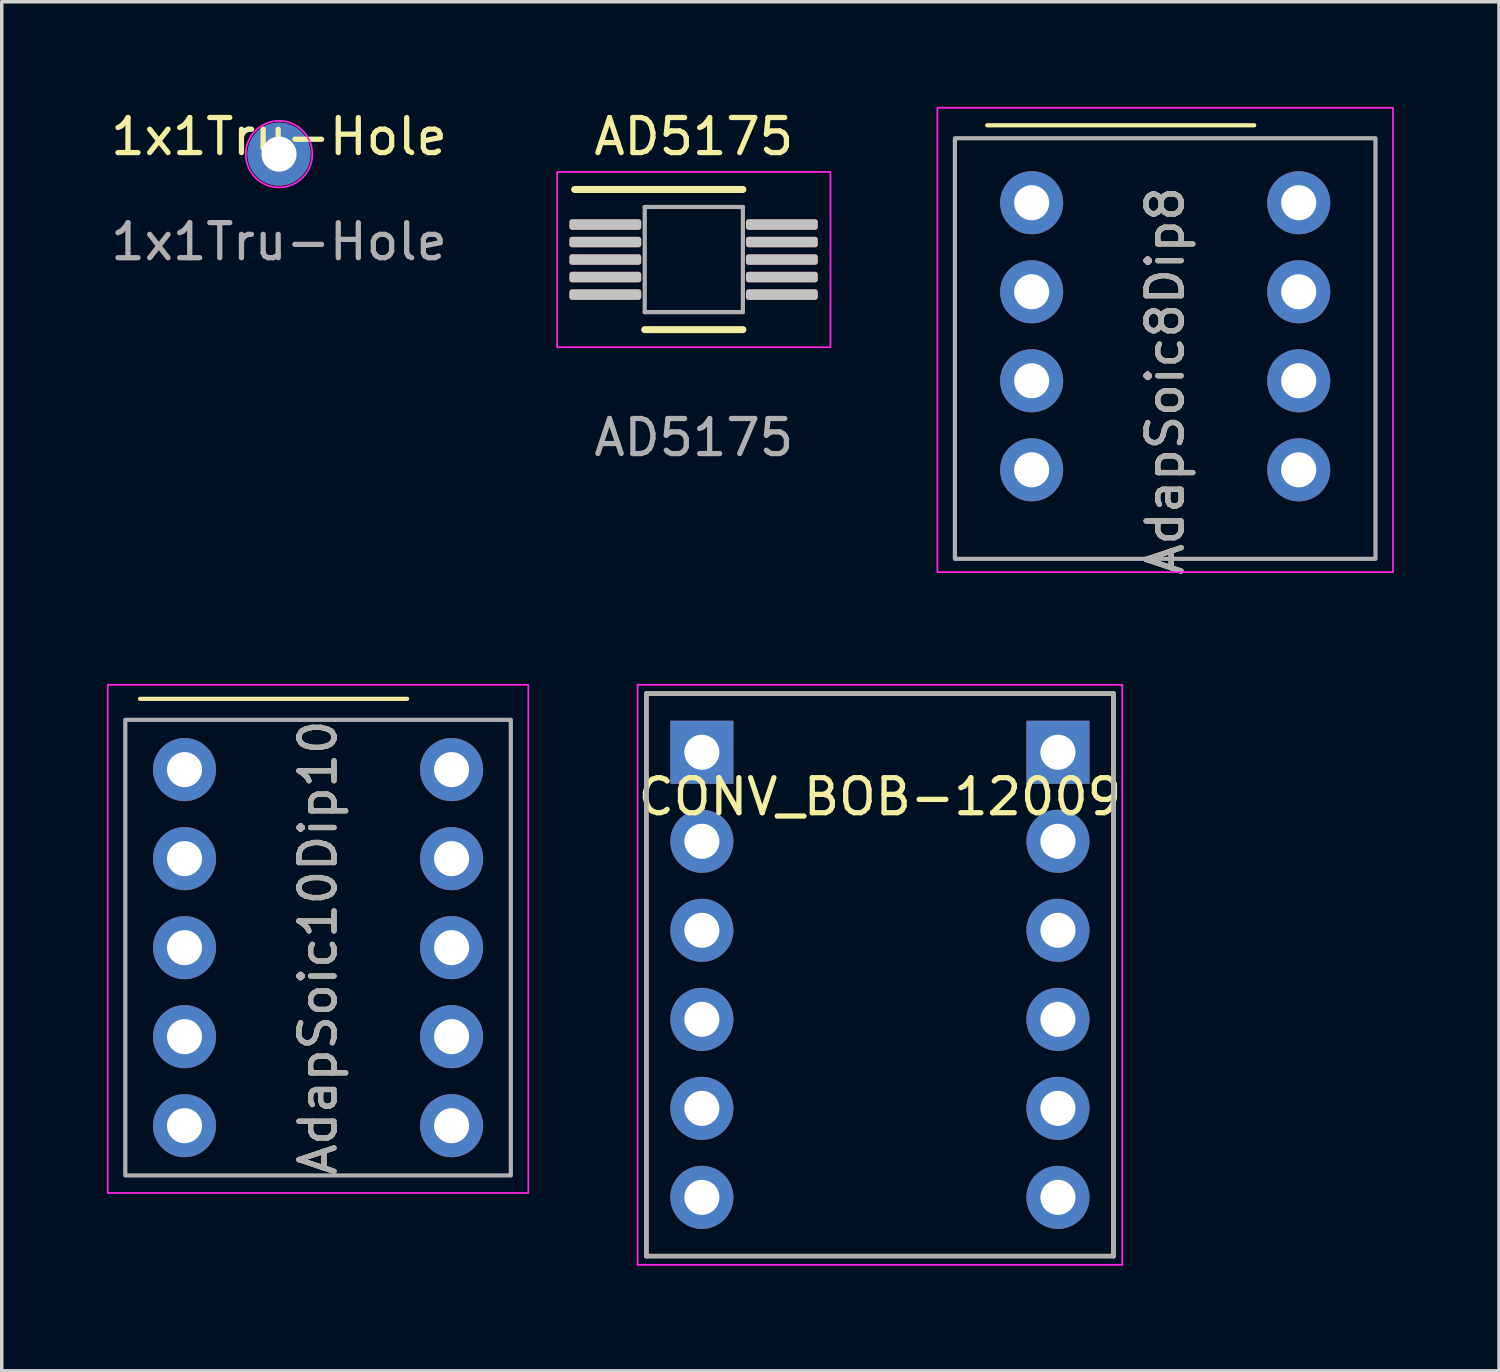
<source format=kicad_pcb>
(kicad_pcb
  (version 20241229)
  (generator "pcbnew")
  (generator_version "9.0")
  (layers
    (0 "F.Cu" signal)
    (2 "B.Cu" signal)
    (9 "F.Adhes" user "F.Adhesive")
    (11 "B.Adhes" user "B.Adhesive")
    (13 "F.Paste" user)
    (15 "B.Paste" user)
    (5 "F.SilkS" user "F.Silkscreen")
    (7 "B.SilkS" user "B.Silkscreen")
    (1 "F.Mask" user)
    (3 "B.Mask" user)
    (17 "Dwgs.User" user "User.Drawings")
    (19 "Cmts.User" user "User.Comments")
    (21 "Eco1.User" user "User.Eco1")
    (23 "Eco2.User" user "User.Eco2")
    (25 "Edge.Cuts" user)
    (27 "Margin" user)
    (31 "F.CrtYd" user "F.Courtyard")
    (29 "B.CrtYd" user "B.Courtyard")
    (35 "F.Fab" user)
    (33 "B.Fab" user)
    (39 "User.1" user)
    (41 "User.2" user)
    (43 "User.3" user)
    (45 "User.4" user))
  (footprint "AdapSoic8Dip8"
    (layer "F.Cu")
    (at 30.196 5.275)
    (property "Reference" "AdapSoic8Dip8" (at 0 2.54 90) (unlocked yes) (layer "F.SilkS") (effects (font (size 1 1) (thickness 0.15))))
    (attr through_hole)
    (fp_line (start 2.54 -4.75) (end -5.08 -4.75) (stroke (width 0.12) (type solid)) (layer "F.SilkS"))
    (fp_rect (start 6.5 8) (end -6.5 -5.25) (stroke (width 0.05) (type solid)) (fill no) (layer "F.CrtYd"))
    (fp_rect (start -6 -4.38) (end 6 7.62) (stroke (width 0.12) (type solid)) (fill no) (layer "F.Fab"))
    (fp_text user "${REFERENCE}" (at 0 2.54 90) (unlocked yes) (layer "F.Fab") (effects (font (size 1 1) (thickness 0.15))))
    (pad "1" thru_hole circle (at -3.81 -2.54) (size 1.8 1.8) (drill 1) (layers "*.Cu" "*.Mask"))
    (pad "2" thru_hole circle (at -3.81 0) (size 1.8 1.8) (drill 1) (layers "*.Cu" "*.Mask"))
    (pad "3" thru_hole circle (at -3.81 2.54) (size 1.8 1.8) (drill 1) (layers "*.Cu" "*.Mask"))
    (pad "4" thru_hole circle (at -3.81 5.08) (size 1.8 1.8) (drill 1) (layers "*.Cu" "*.Mask"))
    (pad "5" thru_hole circle (at 3.81 5.08) (size 1.8 1.8) (drill 1) (layers "*.Cu" "*.Mask"))
    (pad "6" thru_hole circle (at 3.81 2.54) (size 1.8 1.8) (drill 1) (layers "*.Cu" "*.Mask"))
    (pad "7" thru_hole circle (at 3.81 0) (size 1.8 1.8) (drill 1) (layers "*.Cu" "*.Mask"))
    (pad "8" thru_hole circle (at 3.81 -2.54) (size 1.8 1.8) (drill 1) (layers "*.Cu" "*.Mask")))
  (footprint "CONV_BOB-12009"
    (layer "F.Cu")
    (at 22.056 24.764)
    (property "Reference" "CONV_BOB-12009" (at 0 -5.08 0) (layer "F.SilkS") (effects (font (size 1 1) (thickness 0.15))))
    (attr through_hole)
    (fp_line (start -6.665 -8.025) (end 6.665 -8.025) (stroke (width 0.127) (type solid)) (layer "F.SilkS"))
    (fp_line (start -6.665 8.025) (end -6.665 -8.025) (stroke (width 0.127) (type solid)) (layer "F.SilkS"))
    (fp_line (start 6.665 -8.025) (end 6.665 8.025) (stroke (width 0.127) (type solid)) (layer "F.SilkS"))
    (fp_line (start 6.665 8.025) (end -6.665 8.025) (stroke (width 0.127) (type solid)) (layer "F.SilkS"))
    (fp_line (start -6.915 -8.275) (end -6.915 8.275) (stroke (width 0.05) (type solid)) (layer "F.CrtYd"))
    (fp_line (start -6.915 8.275) (end 6.915 8.275) (stroke (width 0.05) (type solid)) (layer "F.CrtYd"))
    (fp_line (start 6.915 -8.275) (end -6.915 -8.275) (stroke (width 0.05) (type solid)) (layer "F.CrtYd"))
    (fp_line (start 6.915 8.275) (end 6.915 -8.275) (stroke (width 0.05) (type solid)) (layer "F.CrtYd"))
    (fp_line (start -6.665 -8.025) (end 6.665 -8.025) (stroke (width 0.127) (type solid)) (layer "F.Fab"))
    (fp_line (start -6.665 8.025) (end -6.665 -8.025) (stroke (width 0.127) (type solid)) (layer "F.Fab"))
    (fp_line (start 6.665 -8.025) (end 6.665 8.025) (stroke (width 0.127) (type solid)) (layer "F.Fab"))
    (fp_line (start 6.665 8.025) (end -6.665 8.025) (stroke (width 0.127) (type solid)) (layer "F.Fab"))
    (pad "GND_1" thru_hole circle (at 5.08 1.27) (size 1.8 1.8) (drill 1) (layers "*.Cu" "*.Mask"))
    (pad "GND_2" thru_hole circle (at -5.08 1.27) (size 1.8 1.8) (drill 1) (layers "*.Cu" "*.Mask"))
    (pad "HV" thru_hole circle (at 5.08 -1.27) (size 1.8 1.8) (drill 1) (layers "*.Cu" "*.Mask"))
    (pad "HV1" thru_hole rect (at 5.08 -6.35) (size 1.8 1.8) (drill 1) (layers "*.Cu" "*.Mask"))
    (pad "HV2" thru_hole circle (at 5.08 -3.81) (size 1.8 1.8) (drill 1) (layers "*.Cu" "*.Mask"))
    (pad "HV3" thru_hole circle (at 5.08 3.81) (size 1.8 1.8) (drill 1) (layers "*.Cu" "*.Mask"))
    (pad "HV4" thru_hole circle (at 5.08 6.35) (size 1.8 1.8) (drill 1) (layers "*.Cu" "*.Mask"))
    (pad "LV" thru_hole circle (at -5.08 -1.27) (size 1.8 1.8) (drill 1) (layers "*.Cu" "*.Mask"))
    (pad "LV1" thru_hole rect (at -5.08 -6.35) (size 1.8 1.8) (drill 1) (layers "*.Cu" "*.Mask"))
    (pad "LV2" thru_hole circle (at -5.08 -3.81) (size 1.8 1.8) (drill 1) (layers "*.Cu" "*.Mask"))
    (pad "LV3" thru_hole circle (at -5.08 3.81) (size 1.8 1.8) (drill 1) (layers "*.Cu" "*.Mask"))
    (pad "LV4" thru_hole circle (at -5.08 6.35) (size 1.8 1.8) (drill 1) (layers "*.Cu" "*.Mask")))
  (footprint "AD5175"
    (layer "F.Cu")
    (at 16.746 4.356)
    (property "Reference" "AD5175" (at 0 -3.508 0) (unlocked yes) (layer "F.SilkS") (effects (font (size 1 1) (thickness 0.15))))
    (attr smd)
    (fp_line (start -3.4 -2) (end 1.4 -2) (stroke (width 0.2) (type solid)) (layer "F.SilkS"))
    (fp_line (start -1.4 2) (end 1.4 2) (stroke (width 0.2) (type solid)) (layer "F.SilkS"))
    (fp_rect (start -3.9 -2.5) (end 3.9 2.5) (stroke (width 0.05) (type solid)) (fill no) (layer "F.CrtYd"))
    (fp_line (start -1.4 -1.5) (end -1.4 1.5) (stroke (width 0.12) (type solid)) (layer "F.Fab"))
    (fp_line (start -1.4 1.5) (end 1.4 1.5) (stroke (width 0.12) (type solid)) (layer "F.Fab"))
    (fp_line (start 1.4 -1.5) (end -1.4 -1.5) (stroke (width 0.12) (type solid)) (layer "F.Fab"))
    (fp_line (start 1.4 1.5) (end 1.4 -1.5) (stroke (width 0.12) (type solid)) (layer "F.Fab"))
    (fp_text user "${REFERENCE}" (at 0 5.08 0) (unlocked yes) (layer "F.Fab") (effects (font (size 1 1) (thickness 0.15))))
    (pad "1" smd roundrect (at -2.525 -1) (size 2.05 0.3) (layers "F.Cu" "F.Mask" "F.Paste" "Dwgs.User") (roundrect_rratio 0.25))
    (pad "2" smd roundrect (at -2.525 -0.5) (size 2.05 0.3) (layers "F.Cu" "F.Mask" "F.Paste" "Dwgs.User") (roundrect_rratio 0.25))
    (pad "3" smd roundrect (at -2.525 0) (size 2.05 0.3) (layers "F.Cu" "F.Mask" "F.Paste" "Dwgs.User") (roundrect_rratio 0.25))
    (pad "4" smd roundrect (at -2.525 0.5) (size 2.05 0.3) (layers "F.Cu" "F.Mask" "F.Paste" "Dwgs.User") (roundrect_rratio 0.25))
    (pad "5" smd roundrect (at -2.525 1) (size 2.05 0.3) (layers "F.Cu" "F.Mask" "F.Paste" "Dwgs.User") (roundrect_rratio 0.25))
    (pad "6" smd roundrect (at 2.512 1) (size 2.05 0.3) (layers "F.Cu" "F.Mask" "F.Paste" "Dwgs.User") (roundrect_rratio 0.25))
    (pad "7" smd roundrect (at 2.512 0.5) (size 2.05 0.3) (layers "F.Cu" "F.Mask" "F.Paste" "Dwgs.User") (roundrect_rratio 0.25))
    (pad "8" smd roundrect (at 2.512 0) (size 2.05 0.3) (layers "F.Cu" "F.Mask" "F.Paste" "Dwgs.User") (roundrect_rratio 0.25))
    (pad "9" smd roundrect (at 2.512 -0.5) (size 2.05 0.3) (layers "F.Cu" "F.Mask" "F.Paste" "Dwgs.User") (roundrect_rratio 0.25))
    (pad "10" smd roundrect (at 2.512 -1) (size 2.05 0.3) (layers "F.Cu" "F.Mask" "F.Paste" "Dwgs.User") (roundrect_rratio 0.25)))
  (footprint "AdapSoic10Dip10"
    (layer "F.Cu")
    (at 6.025 23.989)
    (property "Reference" "AdapSoic10Dip10" (at 0 0 90) (unlocked yes) (layer "F.SilkS") (effects (font (size 1 1) (thickness 0.15))))
    (attr through_hole)
    (fp_line (start 2.54 -7.1) (end -5.08 -7.1) (stroke (width 0.12) (type solid)) (layer "F.SilkS"))
    (fp_rect (start -6 -7.5) (end 6 7) (stroke (width 0.05) (type solid)) (fill no) (layer "F.CrtYd"))
    (fp_rect (start -5.5 6.5) (end 5.5 -6.5) (stroke (width 0.12) (type solid)) (fill no) (layer "F.Fab"))
    (fp_text user "${REFERENCE}" (at 0 0 90) (unlocked yes) (layer "F.Fab") (effects (font (size 1 1) (thickness 0.15))))
    (pad "1" thru_hole circle (at -3.81 -5.08) (size 1.8 1.8) (drill 1) (layers "*.Cu" "*.Mask"))
    (pad "2" thru_hole circle (at -3.81 -2.54) (size 1.8 1.8) (drill 1) (layers "*.Cu" "*.Mask"))
    (pad "3" thru_hole circle (at -3.81 0) (size 1.8 1.8) (drill 1) (layers "*.Cu" "*.Mask"))
    (pad "4" thru_hole circle (at -3.81 2.54) (size 1.8 1.8) (drill 1) (layers "*.Cu" "*.Mask"))
    (pad "5" thru_hole circle (at -3.81 5.08) (size 1.8 1.8) (drill 1) (layers "*.Cu" "*.Mask"))
    (pad "6" thru_hole circle (at 3.81 5.08) (size 1.8 1.8) (drill 1) (layers "*.Cu" "*.Mask"))
    (pad "7" thru_hole circle (at 3.81 2.54) (size 1.8 1.8) (drill 1) (layers "*.Cu" "*.Mask"))
    (pad "8" thru_hole circle (at 3.81 0) (size 1.8 1.8) (drill 1) (layers "*.Cu" "*.Mask"))
    (pad "9" thru_hole circle (at 3.81 -2.54) (size 1.8 1.8) (drill 1) (layers "*.Cu" "*.Mask"))
    (pad "10" thru_hole circle (at 3.81 -5.08) (size 1.8 1.8) (drill 1) (layers "*.Cu" "*.Mask")))
  (footprint "1x1Tru-Hole"
    (layer "F.Cu")
    (at 4.911 1.348)
    (property "Reference" "1x1Tru-Hole" (at 0 -0.5 0) (unlocked yes) (layer "F.SilkS") (effects (font (size 1 1) (thickness 0.15))))
    (attr through_hole)
    (fp_circle (center 0 0) (end 0.95 0) (stroke (width 0.05) (type solid)) (fill no) (layer "F.CrtYd"))
    (fp_text user "${REFERENCE}" (at 0 2.5 0) (unlocked yes) (layer "F.Fab") (effects (font (size 1 1) (thickness 0.15))))
    (pad "1" thru_hole circle (at 0 0) (size 1.8 1.8) (drill 1) (layers "*.Cu" "*.Mask")))
  (gr_rect
    (start -3 -3)
    (end 39.721 36.064)
    (stroke (width 0.1) (type default))
    (fill no)
    (layer "Edge.Cuts")))
</source>
